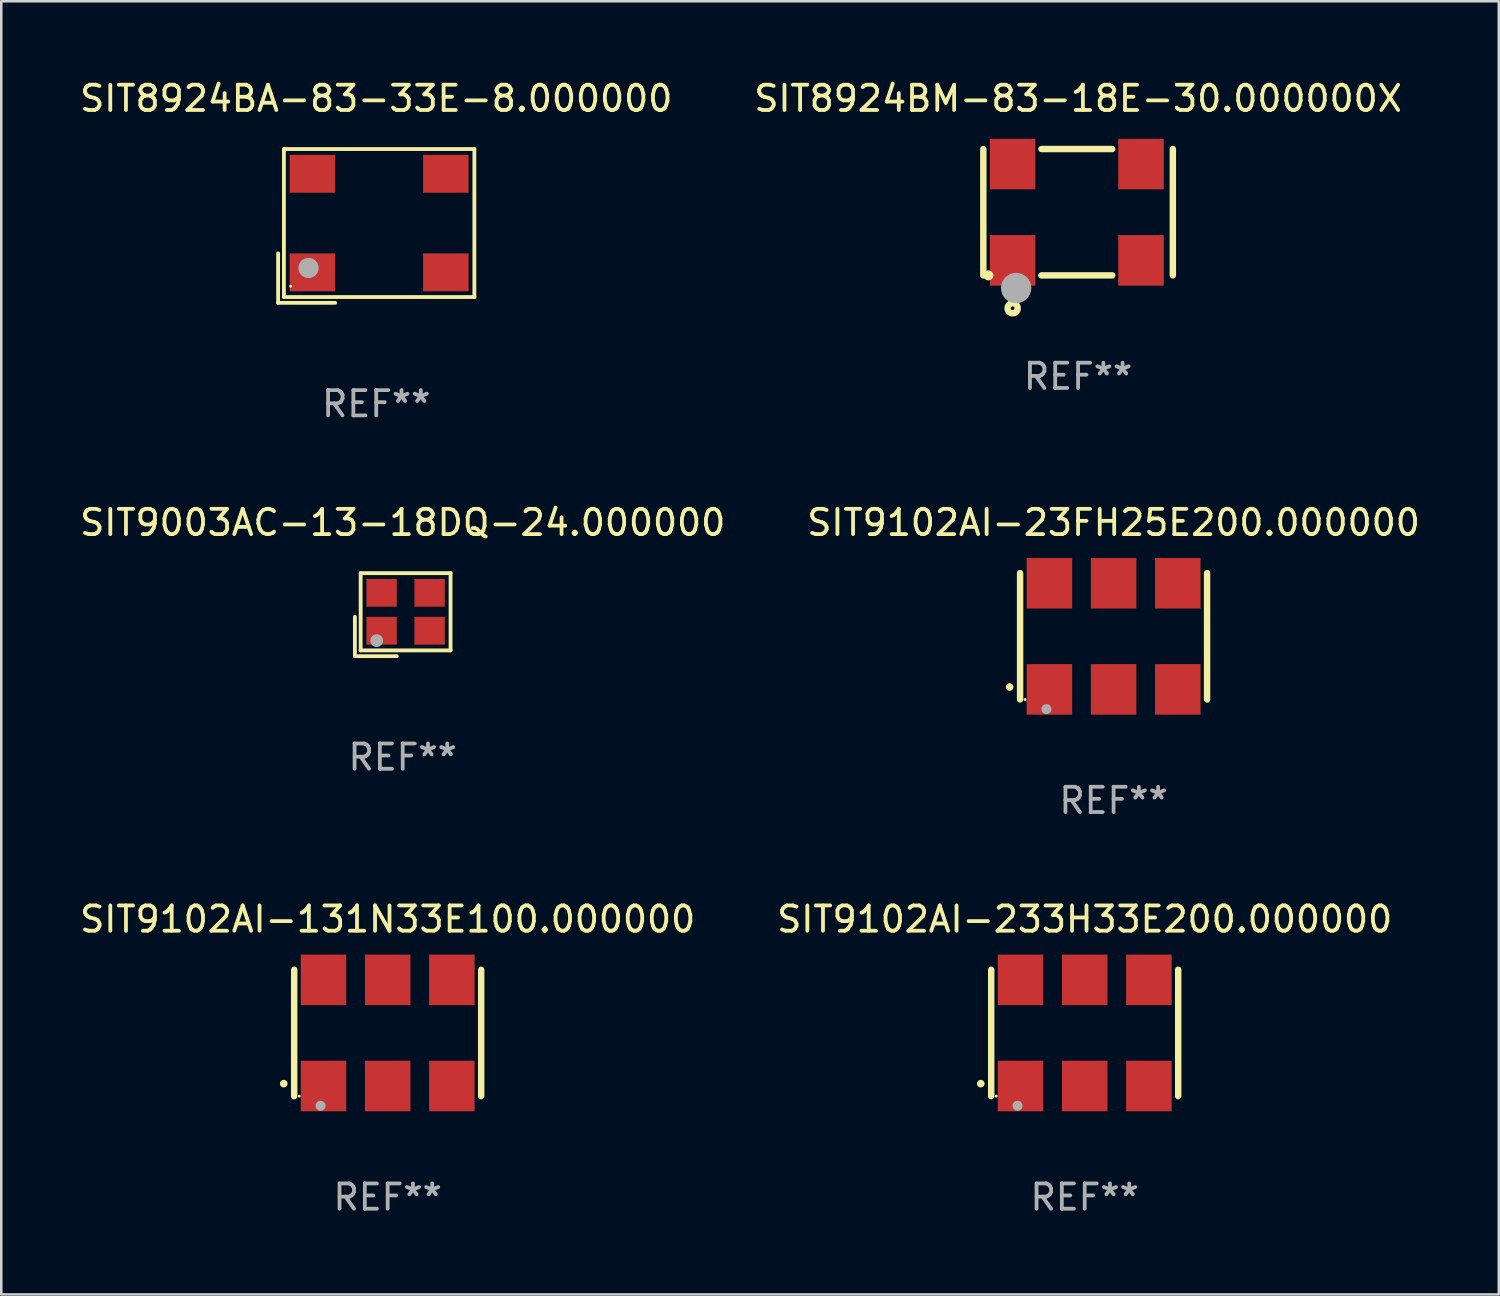
<source format=kicad_pcb>
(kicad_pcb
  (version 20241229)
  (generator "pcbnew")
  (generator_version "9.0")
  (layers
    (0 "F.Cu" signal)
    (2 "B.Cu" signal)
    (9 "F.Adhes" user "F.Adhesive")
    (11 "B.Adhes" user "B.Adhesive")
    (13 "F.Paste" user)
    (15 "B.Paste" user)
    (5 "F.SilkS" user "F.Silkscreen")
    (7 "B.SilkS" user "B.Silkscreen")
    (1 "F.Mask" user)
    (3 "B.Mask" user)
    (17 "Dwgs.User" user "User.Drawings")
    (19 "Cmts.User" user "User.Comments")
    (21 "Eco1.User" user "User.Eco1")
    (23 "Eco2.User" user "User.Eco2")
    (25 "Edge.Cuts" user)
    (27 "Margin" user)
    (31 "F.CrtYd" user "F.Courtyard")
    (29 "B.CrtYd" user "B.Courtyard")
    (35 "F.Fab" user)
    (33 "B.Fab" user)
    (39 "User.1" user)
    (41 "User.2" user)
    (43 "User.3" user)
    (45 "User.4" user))
  (footprint "SIT9102AI-23FH25E200.000000"
    (layer "F.Cu")
    (at 41.018 22.131)
    (property "Reference" "SIT9102AI-23FH25E200.000000" (at 0 -4.5 0) (layer "F.SilkS") (effects (font (size 1 1) (thickness 0.15))))
    (attr through_hole)
    (fp_line (start -3.7 -2.5) (end -3.7 2.5) (stroke (width 0.254) (type solid)) (layer "F.SilkS"))
    (fp_line (start 3.7 -2.5) (end 3.7 2.5) (stroke (width 0.254) (type solid)) (layer "F.SilkS"))
    (fp_arc (start -4.114415 2.006604) (mid -4.113145 2.006599) (end -4.111875 2.006604) (stroke (width 0.3) (type solid)) (layer "F.SilkS"))
    (fp_circle (center -3.502 2.5) (end -3.472 2.5) (stroke (width 0.06) (type solid)) (fill no) (layer "F.SilkS"))
    (fp_circle (center -2.657 2.882) (end -2.557 2.882) (stroke (width 0.2) (type solid)) (fill no) (layer "F.Fab"))
    (fp_text user "REF**" (at 0 6.5 0) (layer "F.Fab") (effects (font (size 1 1) (thickness 0.15))))
    (pad "1" smd rect (at -2.54 2.1) (size 1.8 2) (layers "F.Cu" "F.Mask" "F.Paste"))
    (pad "2" smd rect (at 0.000394 2.1) (size 1.8 2) (layers "F.Cu" "F.Mask" "F.Paste"))
    (pad "3" smd rect (at 2.54 2.1) (size 1.8 2) (layers "F.Cu" "F.Mask" "F.Paste"))
    (pad "4" smd rect (at 2.54 -2.1) (size 1.8 2) (layers "F.Cu" "F.Mask" "F.Paste"))
    (pad "5" smd rect (at 0.000394 -2.1) (size 1.8 2) (layers "F.Cu" "F.Mask" "F.Paste"))
    (pad "6" smd rect (at -2.54 -2.1) (size 1.8 2) (layers "F.Cu" "F.Mask" "F.Paste")))
  (footprint "SIT8924BM-83-18E-30.000000X"
    (layer "F.Cu")
    (at 39.613 5.348)
    (property "Reference" "SIT8924BM-83-18E-30.000000X" (at 0 -4.5 0) (layer "F.SilkS") (effects (font (size 1 1) (thickness 0.15))))
    (attr through_hole)
    (fp_line (start -3.75 -2.5) (end -3.75 2.5) (stroke (width 0.254) (type solid)) (layer "F.SilkS"))
    (fp_line (start -1.45 -2.5) (end 1.35 -2.5) (stroke (width 0.254) (type solid)) (layer "F.SilkS"))
    (fp_line (start -1.45 2.5) (end 1.35 2.5) (stroke (width 0.254) (type solid)) (layer "F.SilkS"))
    (fp_line (start 3.75 -2.5) (end 3.75 2.5) (stroke (width 0.254) (type solid)) (layer "F.SilkS"))
    (fp_circle (center -3.55 2.5) (end -3.45 2.5) (stroke (width 0.2) (type solid)) (fill no) (layer "F.SilkS"))
    (fp_circle (center -2.59 3.8) (end -2.39 3.8) (stroke (width 0.254) (type solid)) (fill no) (layer "F.SilkS"))
    (fp_circle (center -2.45 3) (end -2.15 3) (stroke (width 0.6) (type solid)) (fill no) (layer "F.Fab"))
    (fp_text user "REF**" (at 0 6.5 0) (layer "F.Fab") (effects (font (size 1 1) (thickness 0.15))))
    (pad "1" smd rect (at -2.59 1.905) (size 1.8 2) (layers "F.Cu" "F.Mask" "F.Paste"))
    (pad "2" smd rect (at 2.49 1.905) (size 1.8 2) (layers "F.Cu" "F.Mask" "F.Paste"))
    (pad "3" smd rect (at 2.49 -1.905) (size 1.8 2) (layers "F.Cu" "F.Mask" "F.Paste"))
    (pad "4" smd rect (at -2.59 -1.905) (size 1.8 2) (layers "F.Cu" "F.Mask" "F.Paste")))
  (footprint "SIT9003AC-13-18DQ-24.000000"
    (layer "F.Cu")
    (at 12.887 21.274)
    (property "Reference" "SIT9003AC-13-18DQ-24.000000" (at 0 -3.643 0) (layer "F.SilkS") (effects (font (size 1 1) (thickness 0.15))))
    (attr through_hole)
    (fp_line (start -1.893 0.086) (end -1.893 1.643) (stroke (width 0.152) (type solid)) (layer "F.SilkS"))
    (fp_line (start -1.893 1.643) (end -0.237 1.643) (stroke (width 0.152) (type solid)) (layer "F.SilkS"))
    (fp_line (start -1.665 -1.643) (end 1.893 -1.643) (stroke (width 0.152) (type solid)) (layer "F.SilkS"))
    (fp_line (start -1.665 1.414) (end -1.665 -1.643) (stroke (width 0.152) (type solid)) (layer "F.SilkS"))
    (fp_line (start 1.893 -1.643) (end 1.893 1.414) (stroke (width 0.152) (type solid)) (layer "F.SilkS"))
    (fp_line (start 1.893 1.414) (end -1.665 1.414) (stroke (width 0.152) (type solid)) (layer "F.SilkS"))
    (fp_circle (center -1.136 0.885) (end -1.106 0.885) (stroke (width 0.06) (type solid)) (fill no) (layer "F.SilkS"))
    (fp_circle (center -1.029 1.028) (end -0.902 1.028) (stroke (width 0.254) (type solid)) (fill no) (layer "F.Fab"))
    (fp_text user "REF**" (at 0 5.643 0) (layer "F.Fab") (effects (font (size 1 1) (thickness 0.15))))
    (pad "1" smd rect (at -0.836 0.636) (size 1.2 1.1) (layers "F.Cu" "F.Mask" "F.Paste"))
    (pad "2" smd rect (at 1.064 0.636) (size 1.2 1.1) (layers "F.Cu" "F.Mask" "F.Paste"))
    (pad "3" smd rect (at 1.064 -0.865) (size 1.2 1.1) (layers "F.Cu" "F.Mask" "F.Paste"))
    (pad "4" smd rect (at -0.836 -0.865) (size 1.2 1.1) (layers "F.Cu" "F.Mask" "F.Paste")))
  (footprint "SIT9102AI-233H33E200.000000"
    (layer "F.Cu")
    (at 39.875 37.827)
    (property "Reference" "SIT9102AI-233H33E200.000000" (at 0 -4.5 0) (layer "F.SilkS") (effects (font (size 1 1) (thickness 0.15))))
    (attr through_hole)
    (fp_line (start -3.7 -2.5) (end -3.7 2.5) (stroke (width 0.254) (type solid)) (layer "F.SilkS"))
    (fp_line (start 3.7 -2.5) (end 3.7 2.5) (stroke (width 0.254) (type solid)) (layer "F.SilkS"))
    (fp_arc (start -4.114415 2.006604) (mid -4.113145 2.006599) (end -4.111875 2.006604) (stroke (width 0.3) (type solid)) (layer "F.SilkS"))
    (fp_circle (center -3.502 2.5) (end -3.472 2.5) (stroke (width 0.06) (type solid)) (fill no) (layer "F.SilkS"))
    (fp_circle (center -2.657 2.882) (end -2.557 2.882) (stroke (width 0.2) (type solid)) (fill no) (layer "F.Fab"))
    (fp_text user "REF**" (at 0 6.5 0) (layer "F.Fab") (effects (font (size 1 1) (thickness 0.15))))
    (pad "1" smd rect (at -2.54 2.1) (size 1.8 2) (layers "F.Cu" "F.Mask" "F.Paste"))
    (pad "2" smd rect (at 0.000394 2.1) (size 1.8 2) (layers "F.Cu" "F.Mask" "F.Paste"))
    (pad "3" smd rect (at 2.54 2.1) (size 1.8 2) (layers "F.Cu" "F.Mask" "F.Paste"))
    (pad "4" smd rect (at 2.54 -2.1) (size 1.8 2) (layers "F.Cu" "F.Mask" "F.Paste"))
    (pad "5" smd rect (at 0.000394 -2.1) (size 1.8 2) (layers "F.Cu" "F.Mask" "F.Paste"))
    (pad "6" smd rect (at -2.54 -2.1) (size 1.8 2) (layers "F.Cu" "F.Mask" "F.Paste")))
  (footprint "SIT9102AI-131N33E100.000000"
    (layer "F.Cu")
    (at 12.292 37.827)
    (property "Reference" "SIT9102AI-131N33E100.000000" (at 0 -4.5 0) (layer "F.SilkS") (effects (font (size 1 1) (thickness 0.15))))
    (attr through_hole)
    (fp_line (start -3.7 -2.5) (end -3.7 2.5) (stroke (width 0.254) (type solid)) (layer "F.SilkS"))
    (fp_line (start 3.7 -2.5) (end 3.7 2.5) (stroke (width 0.254) (type solid)) (layer "F.SilkS"))
    (fp_arc (start -4.114415 2.006604) (mid -4.113145 2.006599) (end -4.111875 2.006604) (stroke (width 0.3) (type solid)) (layer "F.SilkS"))
    (fp_circle (center -3.502 2.5) (end -3.472 2.5) (stroke (width 0.06) (type solid)) (fill no) (layer "F.SilkS"))
    (fp_circle (center -2.657 2.882) (end -2.557 2.882) (stroke (width 0.2) (type solid)) (fill no) (layer "F.Fab"))
    (fp_text user "REF**" (at 0 6.5 0) (layer "F.Fab") (effects (font (size 1 1) (thickness 0.15))))
    (pad "1" smd rect (at -2.54 2.1) (size 1.8 2) (layers "F.Cu" "F.Mask" "F.Paste"))
    (pad "2" smd rect (at 0.000394 2.1) (size 1.8 2) (layers "F.Cu" "F.Mask" "F.Paste"))
    (pad "3" smd rect (at 2.54 2.1) (size 1.8 2) (layers "F.Cu" "F.Mask" "F.Paste"))
    (pad "4" smd rect (at 2.54 -2.1) (size 1.8 2) (layers "F.Cu" "F.Mask" "F.Paste"))
    (pad "5" smd rect (at 0.000394 -2.1) (size 1.8 2) (layers "F.Cu" "F.Mask" "F.Paste"))
    (pad "6" smd rect (at -2.54 -2.1) (size 1.8 2) (layers "F.Cu" "F.Mask" "F.Paste")))
  (footprint "SIT8924BA-83-33E-8.000000"
    (layer "F.Cu")
    (at 11.839 5.891)
    (property "Reference" "SIT8924BA-83-33E-8.000000" (at 0 -5.043 0) (layer "F.SilkS") (effects (font (size 1 1) (thickness 0.15))))
    (attr through_hole)
    (fp_line (start -3.883 1.086) (end -3.883 3.043) (stroke (width 0.152) (type solid)) (layer "F.SilkS"))
    (fp_line (start -3.883 3.043) (end -1.626 3.043) (stroke (width 0.152) (type solid)) (layer "F.SilkS"))
    (fp_line (start -3.654 -3.043) (end 3.883 -3.043) (stroke (width 0.152) (type solid)) (layer "F.SilkS"))
    (fp_line (start -3.654 2.814) (end -3.654 -3.043) (stroke (width 0.152) (type solid)) (layer "F.SilkS"))
    (fp_line (start 3.883 -3.043) (end 3.883 2.814) (stroke (width 0.152) (type solid)) (layer "F.SilkS"))
    (fp_line (start 3.883 2.814) (end -3.654 2.814) (stroke (width 0.152) (type solid)) (layer "F.SilkS"))
    (fp_circle (center -3.386 2.386) (end -3.356 2.386) (stroke (width 0.06) (type solid)) (fill no) (layer "F.SilkS"))
    (fp_circle (center -2.68 1.664) (end -2.48 1.664) (stroke (width 0.4) (type solid)) (fill no) (layer "F.Fab"))
    (fp_text user "REF**" (at 0 7.043 0) (layer "F.Fab") (effects (font (size 1 1) (thickness 0.15))))
    (pad "1" smd rect (at -2.526 1.836) (size 1.8 1.5) (layers "F.Cu" "F.Mask" "F.Paste"))
    (pad "2" smd rect (at 2.754 1.836) (size 1.8 1.5) (layers "F.Cu" "F.Mask" "F.Paste"))
    (pad "3" smd rect (at 2.754 -2.064) (size 1.8 1.5) (layers "F.Cu" "F.Mask" "F.Paste"))
    (pad "4" smd rect (at -2.526 -2.064) (size 1.8 1.5) (layers "F.Cu" "F.Mask" "F.Paste")))
  (gr_rect
    (start -3 -3)
    (end 56.262 48.175)
    (stroke (width 0.1) (type default))
    (fill no)
    (layer "Edge.Cuts")))
</source>
